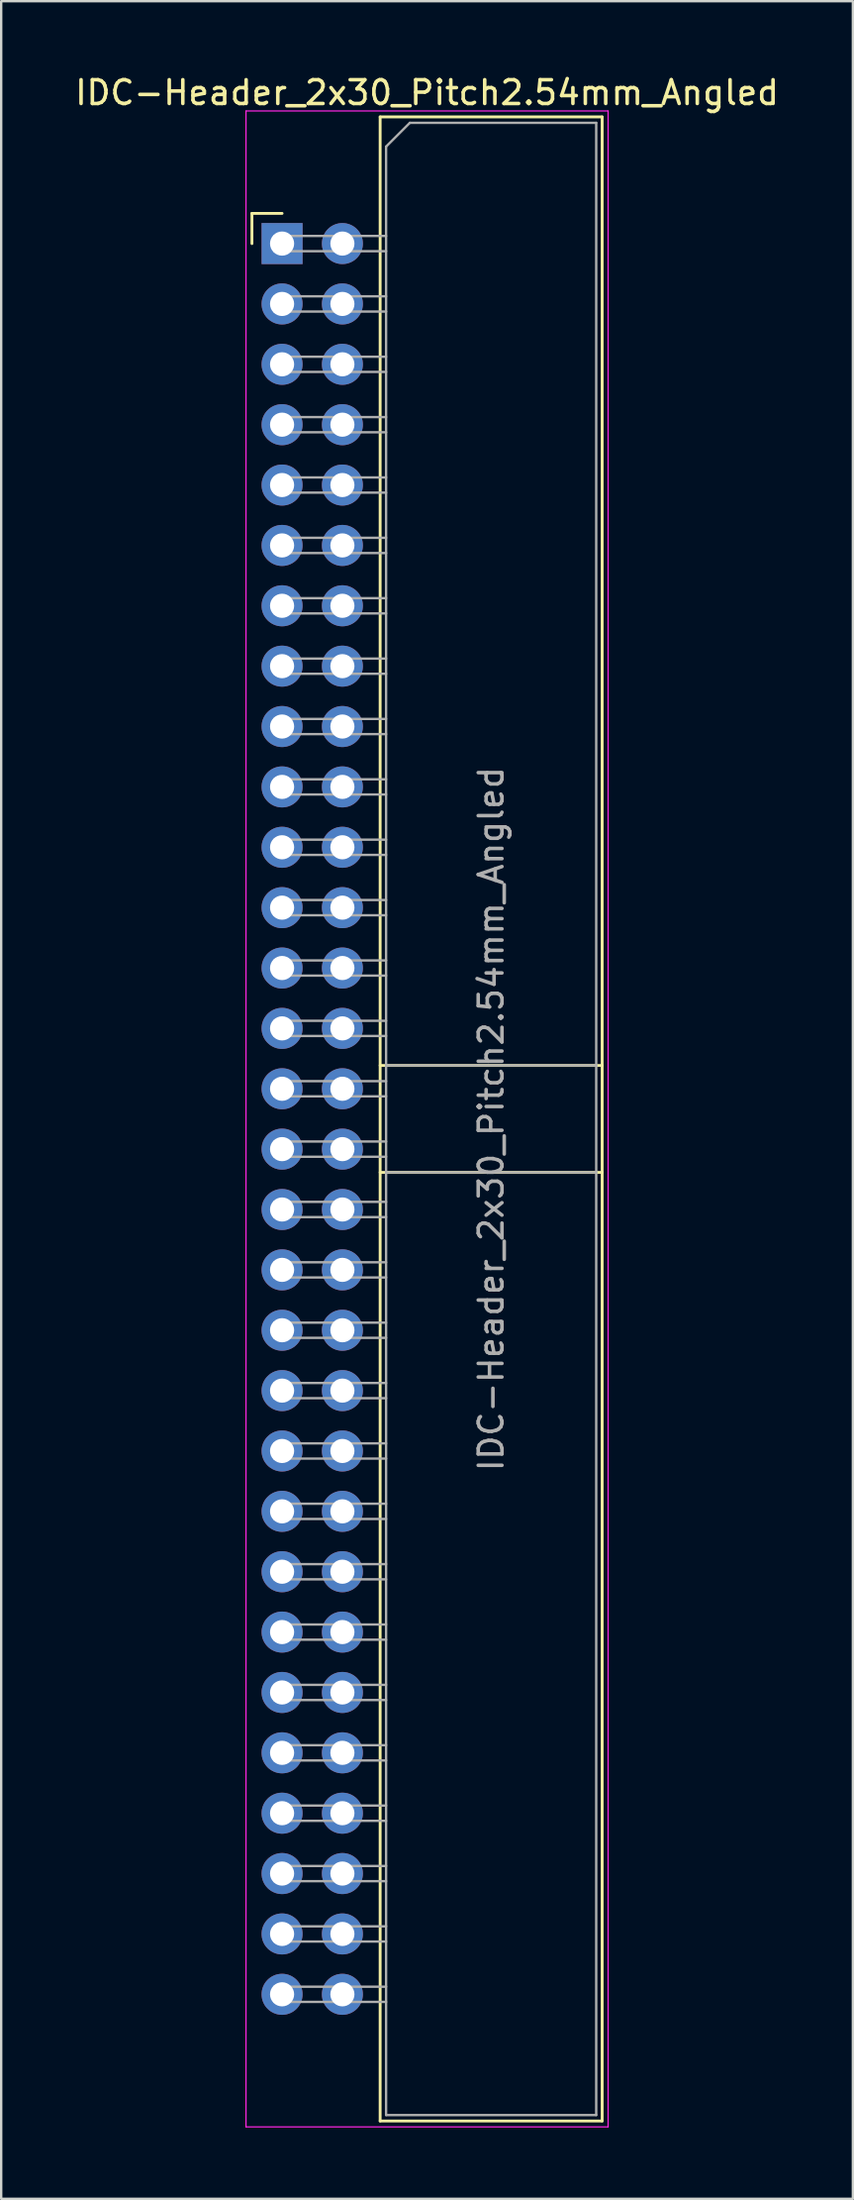
<source format=kicad_pcb>
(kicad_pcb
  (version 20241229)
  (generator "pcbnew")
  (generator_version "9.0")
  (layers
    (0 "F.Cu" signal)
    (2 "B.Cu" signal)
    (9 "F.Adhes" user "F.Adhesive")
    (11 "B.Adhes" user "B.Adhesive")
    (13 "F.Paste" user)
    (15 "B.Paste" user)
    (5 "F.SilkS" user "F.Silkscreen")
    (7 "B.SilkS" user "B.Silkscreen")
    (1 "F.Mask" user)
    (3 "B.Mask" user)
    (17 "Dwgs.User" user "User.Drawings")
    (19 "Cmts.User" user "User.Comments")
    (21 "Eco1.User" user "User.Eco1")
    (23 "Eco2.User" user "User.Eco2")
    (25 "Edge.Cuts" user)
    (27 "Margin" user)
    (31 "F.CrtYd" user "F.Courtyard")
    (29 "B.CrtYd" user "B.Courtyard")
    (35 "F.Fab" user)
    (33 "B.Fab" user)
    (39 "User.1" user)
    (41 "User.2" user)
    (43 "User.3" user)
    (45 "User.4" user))
  (footprint "IDC-Header_2x30_Pitch2.54mm_Angled"
    (layer "F.Cu")
    (at 8.83 7.198)
    (property "Reference" "IDC-Header_2x30_Pitch2.54mm_Angled" (at 6.105 -6.35 0) (layer "F.SilkS") (effects (font (size 1 1) (thickness 0.15))))
    (attr through_hole)
    (fp_line (start -1.27 -1.27) (end -1.27 0) (stroke (width 0.12) (type solid)) (layer "F.SilkS"))
    (fp_line (start 0 -1.27) (end -1.27 -1.27) (stroke (width 0.12) (type solid)) (layer "F.SilkS"))
    (fp_line (start 4.13 -5.33) (end 13.48 -5.33) (stroke (width 0.12) (type solid)) (layer "F.SilkS"))
    (fp_line (start 4.13 34.58) (end 13.48 34.58) (stroke (width 0.12) (type solid)) (layer "F.SilkS"))
    (fp_line (start 4.13 39.08) (end 13.48 39.08) (stroke (width 0.12) (type solid)) (layer "F.SilkS"))
    (fp_line (start 4.13 78.99) (end 4.13 -5.33) (stroke (width 0.12) (type solid)) (layer "F.SilkS"))
    (fp_line (start 4.13 78.99) (end 13.48 78.99) (stroke (width 0.12) (type solid)) (layer "F.SilkS"))
    (fp_line (start 13.48 -5.33) (end 13.48 78.99) (stroke (width 0.12) (type solid)) (layer "F.SilkS"))
    (fp_line (start -1.52 -5.58) (end 13.73 -5.58) (stroke (width 0.05) (type solid)) (layer "F.CrtYd"))
    (fp_line (start -1.52 79.24) (end -1.52 -5.58) (stroke (width 0.05) (type solid)) (layer "F.CrtYd"))
    (fp_line (start 13.73 -5.58) (end 13.73 79.24) (stroke (width 0.05) (type solid)) (layer "F.CrtYd"))
    (fp_line (start 13.73 79.24) (end -1.52 79.24) (stroke (width 0.05) (type solid)) (layer "F.CrtYd"))
    (fp_line (start -0.32 -0.32) (end -0.32 0.32) (stroke (width 0.1) (type solid)) (layer "F.Fab"))
    (fp_line (start -0.32 0.32) (end 4.38 0.32) (stroke (width 0.1) (type solid)) (layer "F.Fab"))
    (fp_line (start -0.32 2.22) (end -0.32 2.86) (stroke (width 0.1) (type solid)) (layer "F.Fab"))
    (fp_line (start -0.32 2.86) (end 4.38 2.86) (stroke (width 0.1) (type solid)) (layer "F.Fab"))
    (fp_line (start -0.32 4.76) (end -0.32 5.4) (stroke (width 0.1) (type solid)) (layer "F.Fab"))
    (fp_line (start -0.32 5.4) (end 4.38 5.4) (stroke (width 0.1) (type solid)) (layer "F.Fab"))
    (fp_line (start -0.32 7.3) (end -0.32 7.94) (stroke (width 0.1) (type solid)) (layer "F.Fab"))
    (fp_line (start -0.32 7.94) (end 4.38 7.94) (stroke (width 0.1) (type solid)) (layer "F.Fab"))
    (fp_line (start -0.32 9.84) (end -0.32 10.48) (stroke (width 0.1) (type solid)) (layer "F.Fab"))
    (fp_line (start -0.32 10.48) (end 4.38 10.48) (stroke (width 0.1) (type solid)) (layer "F.Fab"))
    (fp_line (start -0.32 12.38) (end -0.32 13.02) (stroke (width 0.1) (type solid)) (layer "F.Fab"))
    (fp_line (start -0.32 13.02) (end 4.38 13.02) (stroke (width 0.1) (type solid)) (layer "F.Fab"))
    (fp_line (start -0.32 14.92) (end -0.32 15.56) (stroke (width 0.1) (type solid)) (layer "F.Fab"))
    (fp_line (start -0.32 15.56) (end 4.38 15.56) (stroke (width 0.1) (type solid)) (layer "F.Fab"))
    (fp_line (start -0.32 17.46) (end -0.32 18.1) (stroke (width 0.1) (type solid)) (layer "F.Fab"))
    (fp_line (start -0.32 18.1) (end 4.38 18.1) (stroke (width 0.1) (type solid)) (layer "F.Fab"))
    (fp_line (start -0.32 20) (end -0.32 20.64) (stroke (width 0.1) (type solid)) (layer "F.Fab"))
    (fp_line (start -0.32 20.64) (end 4.38 20.64) (stroke (width 0.1) (type solid)) (layer "F.Fab"))
    (fp_line (start -0.32 22.54) (end -0.32 23.18) (stroke (width 0.1) (type solid)) (layer "F.Fab"))
    (fp_line (start -0.32 23.18) (end 4.38 23.18) (stroke (width 0.1) (type solid)) (layer "F.Fab"))
    (fp_line (start -0.32 25.08) (end -0.32 25.72) (stroke (width 0.1) (type solid)) (layer "F.Fab"))
    (fp_line (start -0.32 25.72) (end 4.38 25.72) (stroke (width 0.1) (type solid)) (layer "F.Fab"))
    (fp_line (start -0.32 27.62) (end -0.32 28.26) (stroke (width 0.1) (type solid)) (layer "F.Fab"))
    (fp_line (start -0.32 28.26) (end 4.38 28.26) (stroke (width 0.1) (type solid)) (layer "F.Fab"))
    (fp_line (start -0.32 30.16) (end -0.32 30.8) (stroke (width 0.1) (type solid)) (layer "F.Fab"))
    (fp_line (start -0.32 30.8) (end 4.38 30.8) (stroke (width 0.1) (type solid)) (layer "F.Fab"))
    (fp_line (start -0.32 32.7) (end -0.32 33.34) (stroke (width 0.1) (type solid)) (layer "F.Fab"))
    (fp_line (start -0.32 33.34) (end 4.38 33.34) (stroke (width 0.1) (type solid)) (layer "F.Fab"))
    (fp_line (start -0.32 35.24) (end -0.32 35.88) (stroke (width 0.1) (type solid)) (layer "F.Fab"))
    (fp_line (start -0.32 35.88) (end 4.38 35.88) (stroke (width 0.1) (type solid)) (layer "F.Fab"))
    (fp_line (start -0.32 37.78) (end -0.32 38.42) (stroke (width 0.1) (type solid)) (layer "F.Fab"))
    (fp_line (start -0.32 38.42) (end 4.38 38.42) (stroke (width 0.1) (type solid)) (layer "F.Fab"))
    (fp_line (start -0.32 40.32) (end -0.32 40.96) (stroke (width 0.1) (type solid)) (layer "F.Fab"))
    (fp_line (start -0.32 40.32) (end -0.32 40.96) (stroke (width 0.1) (type solid)) (layer "F.Fab"))
    (fp_line (start -0.32 40.96) (end 4.38 40.96) (stroke (width 0.1) (type solid)) (layer "F.Fab"))
    (fp_line (start -0.32 42.86) (end -0.32 43.5) (stroke (width 0.1) (type solid)) (layer "F.Fab"))
    (fp_line (start -0.32 42.86) (end -0.32 43.5) (stroke (width 0.1) (type solid)) (layer "F.Fab"))
    (fp_line (start -0.32 43.5) (end 4.38 43.5) (stroke (width 0.1) (type solid)) (layer "F.Fab"))
    (fp_line (start -0.32 45.4) (end -0.32 46.04) (stroke (width 0.1) (type solid)) (layer "F.Fab"))
    (fp_line (start -0.32 45.4) (end -0.32 46.04) (stroke (width 0.1) (type solid)) (layer "F.Fab"))
    (fp_line (start -0.32 46.04) (end 4.38 46.04) (stroke (width 0.1) (type solid)) (layer "F.Fab"))
    (fp_line (start -0.32 47.94) (end -0.32 48.58) (stroke (width 0.1) (type solid)) (layer "F.Fab"))
    (fp_line (start -0.32 47.94) (end -0.32 48.58) (stroke (width 0.1) (type solid)) (layer "F.Fab"))
    (fp_line (start -0.32 48.58) (end 4.38 48.58) (stroke (width 0.1) (type solid)) (layer "F.Fab"))
    (fp_line (start -0.32 50.48) (end -0.32 51.12) (stroke (width 0.1) (type solid)) (layer "F.Fab"))
    (fp_line (start -0.32 50.48) (end -0.32 51.12) (stroke (width 0.1) (type solid)) (layer "F.Fab"))
    (fp_line (start -0.32 51.12) (end 4.38 51.12) (stroke (width 0.1) (type solid)) (layer "F.Fab"))
    (fp_line (start -0.32 53.02) (end -0.32 53.66) (stroke (width 0.1) (type solid)) (layer "F.Fab"))
    (fp_line (start -0.32 53.02) (end -0.32 53.66) (stroke (width 0.1) (type solid)) (layer "F.Fab"))
    (fp_line (start -0.32 53.66) (end 4.38 53.66) (stroke (width 0.1) (type solid)) (layer "F.Fab"))
    (fp_line (start -0.32 55.56) (end -0.32 56.2) (stroke (width 0.1) (type solid)) (layer "F.Fab"))
    (fp_line (start -0.32 55.56) (end -0.32 56.2) (stroke (width 0.1) (type solid)) (layer "F.Fab"))
    (fp_line (start -0.32 56.2) (end 4.38 56.2) (stroke (width 0.1) (type solid)) (layer "F.Fab"))
    (fp_line (start -0.32 58.1) (end -0.32 58.74) (stroke (width 0.1) (type solid)) (layer "F.Fab"))
    (fp_line (start -0.32 58.1) (end -0.32 58.74) (stroke (width 0.1) (type solid)) (layer "F.Fab"))
    (fp_line (start -0.32 58.74) (end 4.38 58.74) (stroke (width 0.1) (type solid)) (layer "F.Fab"))
    (fp_line (start -0.32 60.64) (end -0.32 61.28) (stroke (width 0.1) (type solid)) (layer "F.Fab"))
    (fp_line (start -0.32 60.64) (end -0.32 61.28) (stroke (width 0.1) (type solid)) (layer "F.Fab"))
    (fp_line (start -0.32 61.28) (end 4.38 61.28) (stroke (width 0.1) (type solid)) (layer "F.Fab"))
    (fp_line (start -0.32 63.18) (end -0.32 63.82) (stroke (width 0.1) (type solid)) (layer "F.Fab"))
    (fp_line (start -0.32 63.18) (end -0.32 63.82) (stroke (width 0.1) (type solid)) (layer "F.Fab"))
    (fp_line (start -0.32 63.82) (end 4.38 63.82) (stroke (width 0.1) (type solid)) (layer "F.Fab"))
    (fp_line (start -0.32 65.72) (end -0.32 66.36) (stroke (width 0.1) (type solid)) (layer "F.Fab"))
    (fp_line (start -0.32 65.72) (end -0.32 66.36) (stroke (width 0.1) (type solid)) (layer "F.Fab"))
    (fp_line (start -0.32 66.36) (end 4.38 66.36) (stroke (width 0.1) (type solid)) (layer "F.Fab"))
    (fp_line (start -0.32 68.26) (end -0.32 68.9) (stroke (width 0.1) (type solid)) (layer "F.Fab"))
    (fp_line (start -0.32 68.26) (end -0.32 68.9) (stroke (width 0.1) (type solid)) (layer "F.Fab"))
    (fp_line (start -0.32 68.9) (end 4.38 68.9) (stroke (width 0.1) (type solid)) (layer "F.Fab"))
    (fp_line (start -0.32 70.8) (end -0.32 71.44) (stroke (width 0.1) (type solid)) (layer "F.Fab"))
    (fp_line (start -0.32 70.8) (end -0.32 71.44) (stroke (width 0.1) (type solid)) (layer "F.Fab"))
    (fp_line (start -0.32 71.44) (end 4.38 71.44) (stroke (width 0.1) (type solid)) (layer "F.Fab"))
    (fp_line (start -0.32 73.34) (end -0.32 73.98) (stroke (width 0.1) (type solid)) (layer "F.Fab"))
    (fp_line (start -0.32 73.34) (end -0.32 73.98) (stroke (width 0.1) (type solid)) (layer "F.Fab"))
    (fp_line (start -0.32 73.98) (end 4.38 73.98) (stroke (width 0.1) (type solid)) (layer "F.Fab"))
    (fp_line (start 4.38 -4.08) (end 5.38 -5.08) (stroke (width 0.1) (type solid)) (layer "F.Fab"))
    (fp_line (start 4.38 -0.32) (end -0.32 -0.32) (stroke (width 0.1) (type solid)) (layer "F.Fab"))
    (fp_line (start 4.38 2.22) (end -0.32 2.22) (stroke (width 0.1) (type solid)) (layer "F.Fab"))
    (fp_line (start 4.38 4.76) (end -0.32 4.76) (stroke (width 0.1) (type solid)) (layer "F.Fab"))
    (fp_line (start 4.38 7.3) (end -0.32 7.3) (stroke (width 0.1) (type solid)) (layer "F.Fab"))
    (fp_line (start 4.38 9.84) (end -0.32 9.84) (stroke (width 0.1) (type solid)) (layer "F.Fab"))
    (fp_line (start 4.38 12.38) (end -0.32 12.38) (stroke (width 0.1) (type solid)) (layer "F.Fab"))
    (fp_line (start 4.38 14.92) (end -0.32 14.92) (stroke (width 0.1) (type solid)) (layer "F.Fab"))
    (fp_line (start 4.38 17.46) (end -0.32 17.46) (stroke (width 0.1) (type solid)) (layer "F.Fab"))
    (fp_line (start 4.38 20) (end -0.32 20) (stroke (width 0.1) (type solid)) (layer "F.Fab"))
    (fp_line (start 4.38 22.54) (end -0.32 22.54) (stroke (width 0.1) (type solid)) (layer "F.Fab"))
    (fp_line (start 4.38 25.08) (end -0.32 25.08) (stroke (width 0.1) (type solid)) (layer "F.Fab"))
    (fp_line (start 4.38 27.62) (end -0.32 27.62) (stroke (width 0.1) (type solid)) (layer "F.Fab"))
    (fp_line (start 4.38 30.16) (end -0.32 30.16) (stroke (width 0.1) (type solid)) (layer "F.Fab"))
    (fp_line (start 4.38 32.7) (end -0.32 32.7) (stroke (width 0.1) (type solid)) (layer "F.Fab"))
    (fp_line (start 4.38 34.58) (end 13.23 34.58) (stroke (width 0.1) (type solid)) (layer "F.Fab"))
    (fp_line (start 4.38 35.24) (end -0.32 35.24) (stroke (width 0.1) (type solid)) (layer "F.Fab"))
    (fp_line (start 4.38 37.78) (end -0.32 37.78) (stroke (width 0.1) (type solid)) (layer "F.Fab"))
    (fp_line (start 4.38 39.08) (end 13.23 39.08) (stroke (width 0.1) (type solid)) (layer "F.Fab"))
    (fp_line (start 4.38 40.32) (end -0.32 40.32) (stroke (width 0.1) (type solid)) (layer "F.Fab"))
    (fp_line (start 4.38 42.86) (end -0.32 42.86) (stroke (width 0.1) (type solid)) (layer "F.Fab"))
    (fp_line (start 4.38 45.4) (end -0.32 45.4) (stroke (width 0.1) (type solid)) (layer "F.Fab"))
    (fp_line (start 4.38 47.94) (end -0.32 47.94) (stroke (width 0.1) (type solid)) (layer "F.Fab"))
    (fp_line (start 4.38 50.48) (end -0.32 50.48) (stroke (width 0.1) (type solid)) (layer "F.Fab"))
    (fp_line (start 4.38 53.02) (end -0.32 53.02) (stroke (width 0.1) (type solid)) (layer "F.Fab"))
    (fp_line (start 4.38 55.56) (end -0.32 55.56) (stroke (width 0.1) (type solid)) (layer "F.Fab"))
    (fp_line (start 4.38 58.1) (end -0.32 58.1) (stroke (width 0.1) (type solid)) (layer "F.Fab"))
    (fp_line (start 4.38 60.64) (end -0.32 60.64) (stroke (width 0.1) (type solid)) (layer "F.Fab"))
    (fp_line (start 4.38 63.18) (end -0.32 63.18) (stroke (width 0.1) (type solid)) (layer "F.Fab"))
    (fp_line (start 4.38 65.72) (end -0.32 65.72) (stroke (width 0.1) (type solid)) (layer "F.Fab"))
    (fp_line (start 4.38 68.26) (end -0.32 68.26) (stroke (width 0.1) (type solid)) (layer "F.Fab"))
    (fp_line (start 4.38 70.8) (end -0.32 70.8) (stroke (width 0.1) (type solid)) (layer "F.Fab"))
    (fp_line (start 4.38 73.34) (end -0.32 73.34) (stroke (width 0.1) (type solid)) (layer "F.Fab"))
    (fp_line (start 4.38 78.74) (end 4.38 -4.08) (stroke (width 0.1) (type solid)) (layer "F.Fab"))
    (fp_line (start 4.38 78.74) (end 13.23 78.74) (stroke (width 0.1) (type solid)) (layer "F.Fab"))
    (fp_line (start 5.38 -5.08) (end 13.23 -5.08) (stroke (width 0.1) (type solid)) (layer "F.Fab"))
    (fp_line (start 13.23 78.74) (end 13.23 -5.08) (stroke (width 0.1) (type solid)) (layer "F.Fab"))
    (fp_text user "${REFERENCE}" (at 8.805 36.83 90) (layer "F.Fab") (effects (font (size 1 1) (thickness 0.15))))
    (pad "1" thru_hole rect (at 0 0) (size 1.727 1.727) (drill 1.016) (layers "*.Cu" "*.Mask"))
    (pad "2" thru_hole oval (at 2.54 0) (size 1.727 1.727) (drill 1.016) (layers "*.Cu" "*.Mask"))
    (pad "3" thru_hole oval (at 0 2.54) (size 1.727 1.727) (drill 1.016) (layers "*.Cu" "*.Mask"))
    (pad "4" thru_hole oval (at 2.54 2.54) (size 1.727 1.727) (drill 1.016) (layers "*.Cu" "*.Mask"))
    (pad "5" thru_hole oval (at 0 5.08) (size 1.727 1.727) (drill 1.016) (layers "*.Cu" "*.Mask"))
    (pad "6" thru_hole oval (at 2.54 5.08) (size 1.727 1.727) (drill 1.016) (layers "*.Cu" "*.Mask"))
    (pad "7" thru_hole oval (at 0 7.62) (size 1.727 1.727) (drill 1.016) (layers "*.Cu" "*.Mask"))
    (pad "8" thru_hole oval (at 2.54 7.62) (size 1.727 1.727) (drill 1.016) (layers "*.Cu" "*.Mask"))
    (pad "9" thru_hole oval (at 0 10.16) (size 1.727 1.727) (drill 1.016) (layers "*.Cu" "*.Mask"))
    (pad "10" thru_hole oval (at 2.54 10.16) (size 1.727 1.727) (drill 1.016) (layers "*.Cu" "*.Mask"))
    (pad "11" thru_hole oval (at 0 12.7) (size 1.727 1.727) (drill 1.016) (layers "*.Cu" "*.Mask"))
    (pad "12" thru_hole oval (at 2.54 12.7) (size 1.727 1.727) (drill 1.016) (layers "*.Cu" "*.Mask"))
    (pad "13" thru_hole oval (at 0 15.24) (size 1.727 1.727) (drill 1.016) (layers "*.Cu" "*.Mask"))
    (pad "14" thru_hole oval (at 2.54 15.24) (size 1.727 1.727) (drill 1.016) (layers "*.Cu" "*.Mask"))
    (pad "15" thru_hole oval (at 0 17.78) (size 1.727 1.727) (drill 1.016) (layers "*.Cu" "*.Mask"))
    (pad "16" thru_hole oval (at 2.54 17.78) (size 1.727 1.727) (drill 1.016) (layers "*.Cu" "*.Mask"))
    (pad "17" thru_hole oval (at 0 20.32) (size 1.727 1.727) (drill 1.016) (layers "*.Cu" "*.Mask"))
    (pad "18" thru_hole oval (at 2.54 20.32) (size 1.727 1.727) (drill 1.016) (layers "*.Cu" "*.Mask"))
    (pad "19" thru_hole oval (at 0 22.86) (size 1.727 1.727) (drill 1.016) (layers "*.Cu" "*.Mask"))
    (pad "20" thru_hole oval (at 2.54 22.86) (size 1.727 1.727) (drill 1.016) (layers "*.Cu" "*.Mask"))
    (pad "21" thru_hole oval (at 0 25.4) (size 1.727 1.727) (drill 1.016) (layers "*.Cu" "*.Mask"))
    (pad "22" thru_hole oval (at 2.54 25.4) (size 1.727 1.727) (drill 1.016) (layers "*.Cu" "*.Mask"))
    (pad "23" thru_hole oval (at 0 27.94) (size 1.727 1.727) (drill 1.016) (layers "*.Cu" "*.Mask"))
    (pad "24" thru_hole oval (at 2.54 27.94) (size 1.727 1.727) (drill 1.016) (layers "*.Cu" "*.Mask"))
    (pad "25" thru_hole oval (at 0 30.48) (size 1.727 1.727) (drill 1.016) (layers "*.Cu" "*.Mask"))
    (pad "26" thru_hole oval (at 2.54 30.48) (size 1.727 1.727) (drill 1.016) (layers "*.Cu" "*.Mask"))
    (pad "27" thru_hole oval (at 0 33.02) (size 1.727 1.727) (drill 1.016) (layers "*.Cu" "*.Mask"))
    (pad "28" thru_hole oval (at 2.54 33.02) (size 1.727 1.727) (drill 1.016) (layers "*.Cu" "*.Mask"))
    (pad "29" thru_hole oval (at 0 35.56) (size 1.727 1.727) (drill 1.016) (layers "*.Cu" "*.Mask"))
    (pad "30" thru_hole oval (at 2.54 35.56) (size 1.727 1.727) (drill 1.016) (layers "*.Cu" "*.Mask"))
    (pad "31" thru_hole oval (at 0 38.1) (size 1.727 1.727) (drill 1.016) (layers "*.Cu" "*.Mask"))
    (pad "32" thru_hole oval (at 2.54 38.1) (size 1.727 1.727) (drill 1.016) (layers "*.Cu" "*.Mask"))
    (pad "33" thru_hole oval (at 0 40.64) (size 1.727 1.727) (drill 1.016) (layers "*.Cu" "*.Mask"))
    (pad "34" thru_hole oval (at 2.54 40.64) (size 1.727 1.727) (drill 1.016) (layers "*.Cu" "*.Mask"))
    (pad "35" thru_hole oval (at 0 43.18) (size 1.727 1.727) (drill 1.016) (layers "*.Cu" "*.Mask"))
    (pad "36" thru_hole oval (at 2.54 43.18) (size 1.727 1.727) (drill 1.016) (layers "*.Cu" "*.Mask"))
    (pad "37" thru_hole oval (at 0 45.72) (size 1.727 1.727) (drill 1.016) (layers "*.Cu" "*.Mask"))
    (pad "38" thru_hole oval (at 2.54 45.72) (size 1.727 1.727) (drill 1.016) (layers "*.Cu" "*.Mask"))
    (pad "39" thru_hole oval (at 0 48.26) (size 1.727 1.727) (drill 1.016) (layers "*.Cu" "*.Mask"))
    (pad "40" thru_hole oval (at 2.54 48.26) (size 1.727 1.727) (drill 1.016) (layers "*.Cu" "*.Mask"))
    (pad "41" thru_hole oval (at 0 50.8) (size 1.727 1.727) (drill 1.016) (layers "*.Cu" "*.Mask"))
    (pad "42" thru_hole oval (at 2.54 50.8) (size 1.727 1.727) (drill 1.016) (layers "*.Cu" "*.Mask"))
    (pad "43" thru_hole oval (at 0 53.34) (size 1.727 1.727) (drill 1.016) (layers "*.Cu" "*.Mask"))
    (pad "44" thru_hole oval (at 2.54 53.34) (size 1.727 1.727) (drill 1.016) (layers "*.Cu" "*.Mask"))
    (pad "45" thru_hole oval (at 0 55.88) (size 1.727 1.727) (drill 1.016) (layers "*.Cu" "*.Mask"))
    (pad "46" thru_hole oval (at 2.54 55.88) (size 1.727 1.727) (drill 1.016) (layers "*.Cu" "*.Mask"))
    (pad "47" thru_hole oval (at 0 58.42) (size 1.727 1.727) (drill 1.016) (layers "*.Cu" "*.Mask"))
    (pad "48" thru_hole oval (at 2.54 58.42) (size 1.727 1.727) (drill 1.016) (layers "*.Cu" "*.Mask"))
    (pad "49" thru_hole oval (at 0 60.96) (size 1.727 1.727) (drill 1.016) (layers "*.Cu" "*.Mask"))
    (pad "50" thru_hole oval (at 2.54 60.96) (size 1.727 1.727) (drill 1.016) (layers "*.Cu" "*.Mask"))
    (pad "51" thru_hole oval (at 0 63.5) (size 1.727 1.727) (drill 1.016) (layers "*.Cu" "*.Mask"))
    (pad "52" thru_hole oval (at 2.54 63.5) (size 1.727 1.727) (drill 1.016) (layers "*.Cu" "*.Mask"))
    (pad "53" thru_hole oval (at 0 66.04) (size 1.727 1.727) (drill 1.016) (layers "*.Cu" "*.Mask"))
    (pad "54" thru_hole oval (at 2.54 66.04) (size 1.727 1.727) (drill 1.016) (layers "*.Cu" "*.Mask"))
    (pad "55" thru_hole oval (at 0 68.58) (size 1.727 1.727) (drill 1.016) (layers "*.Cu" "*.Mask"))
    (pad "56" thru_hole oval (at 2.54 68.58) (size 1.727 1.727) (drill 1.016) (layers "*.Cu" "*.Mask"))
    (pad "57" thru_hole oval (at 0 71.12) (size 1.727 1.727) (drill 1.016) (layers "*.Cu" "*.Mask"))
    (pad "58" thru_hole oval (at 2.54 71.12) (size 1.727 1.727) (drill 1.016) (layers "*.Cu" "*.Mask"))
    (pad "59" thru_hole oval (at 0 73.66) (size 1.727 1.727) (drill 1.016) (layers "*.Cu" "*.Mask"))
    (pad "60" thru_hole oval (at 2.54 73.66) (size 1.727 1.727) (drill 1.016) (layers "*.Cu" "*.Mask")))
  (gr_rect
    (start -3 -3)
    (end 32.869 89.463)
    (stroke (width 0.1) (type default))
    (fill no)
    (layer "Edge.Cuts")))
</source>
